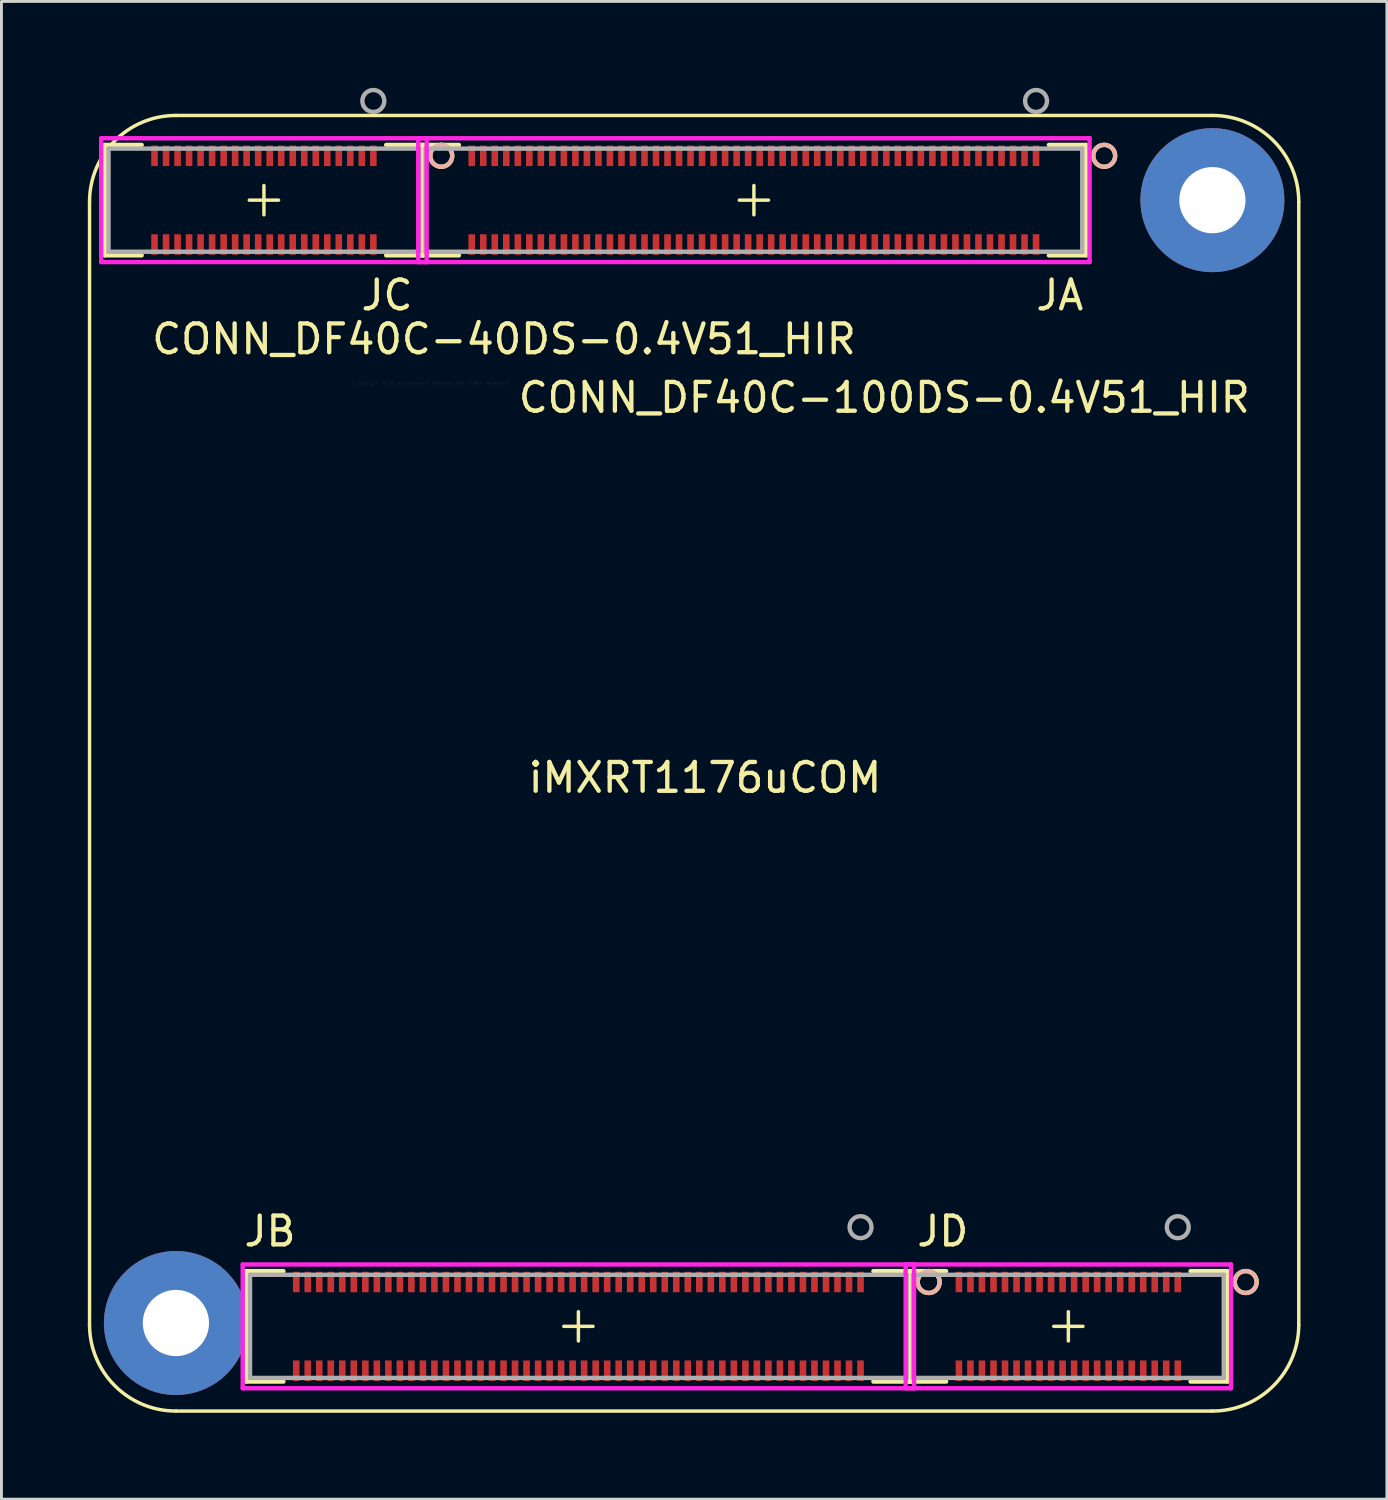
<source format=kicad_pcb>
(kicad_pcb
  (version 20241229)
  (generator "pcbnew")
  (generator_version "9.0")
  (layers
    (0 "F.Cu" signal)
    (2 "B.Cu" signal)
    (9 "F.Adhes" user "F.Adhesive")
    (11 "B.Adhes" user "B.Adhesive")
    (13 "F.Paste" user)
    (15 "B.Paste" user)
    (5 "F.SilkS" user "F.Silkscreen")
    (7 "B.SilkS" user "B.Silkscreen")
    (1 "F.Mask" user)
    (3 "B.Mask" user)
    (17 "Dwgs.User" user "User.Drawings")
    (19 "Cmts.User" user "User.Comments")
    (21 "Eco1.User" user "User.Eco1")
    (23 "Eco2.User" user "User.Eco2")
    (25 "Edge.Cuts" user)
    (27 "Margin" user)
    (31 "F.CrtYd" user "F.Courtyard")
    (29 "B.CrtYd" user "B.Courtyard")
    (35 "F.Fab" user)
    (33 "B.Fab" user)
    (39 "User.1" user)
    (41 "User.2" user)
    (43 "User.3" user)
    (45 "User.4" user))
  (footprint "iMXRT1176uCOM"
    (layer "F.Cu")
    (at 21.06 23.46)
    (property "Reference" "iMXRT1176uCOM" (at 0.376 0.5 0) (layer "F.SilkS") (effects (font (size 1 1) (thickness 0.15))))
    (attr through_hole)
    (fp_line (start -21 19.5) (end -21 -19.5) (stroke (width 0.12) (type solid)) (layer "F.SilkS"))
    (fp_line (start -20.468 -21.476) (end -19.189 -21.476) (stroke (width 0.152) (type solid)) (layer "F.SilkS"))
    (fp_line (start -20.468 -17.64) (end -20.468 -21.476) (stroke (width 0.152) (type solid)) (layer "F.SilkS"))
    (fp_line (start -19.189 -17.64) (end -20.468 -17.64) (stroke (width 0.152) (type solid)) (layer "F.SilkS"))
    (fp_line (start -18 -22.5) (end 18 -22.5) (stroke (width 0.12) (type solid)) (layer "F.SilkS"))
    (fp_line (start -18 22.5) (end 18 22.5) (stroke (width 0.12) (type solid)) (layer "F.SilkS"))
    (fp_line (start -15.553 17.64) (end -14.267 17.64) (stroke (width 0.152) (type solid)) (layer "F.SilkS"))
    (fp_line (start -15.553 21.476) (end -15.553 17.64) (stroke (width 0.152) (type solid)) (layer "F.SilkS"))
    (fp_line (start -14.943 -20.066) (end -14.943 -19.05) (stroke (width 0.12) (type solid)) (layer "F.SilkS"))
    (fp_line (start -14.435 -19.558) (end -15.451 -19.558) (stroke (width 0.12) (type solid)) (layer "F.SilkS"))
    (fp_line (start -14.267 21.476) (end -15.553 21.476) (stroke (width 0.152) (type solid)) (layer "F.SilkS"))
    (fp_line (start -10.697 -21.476) (end -9.418 -21.476) (stroke (width 0.152) (type solid)) (layer "F.SilkS"))
    (fp_line (start -9.457 -21.476) (end -8.171 -21.476) (stroke (width 0.152) (type solid)) (layer "F.SilkS"))
    (fp_line (start -9.457 -17.64) (end -9.457 -21.476) (stroke (width 0.152) (type solid)) (layer "F.SilkS"))
    (fp_line (start -9.418 -21.476) (end -9.418 -17.64) (stroke (width 0.152) (type solid)) (layer "F.SilkS"))
    (fp_line (start -9.418 -17.64) (end -10.697 -17.64) (stroke (width 0.152) (type solid)) (layer "F.SilkS"))
    (fp_line (start -8.171 -17.64) (end -9.457 -17.64) (stroke (width 0.152) (type solid)) (layer "F.SilkS"))
    (fp_line (start -4.021 19.05) (end -4.021 20.066) (stroke (width 0.12) (type solid)) (layer "F.SilkS"))
    (fp_line (start -3.513 19.558) (end -4.529 19.558) (stroke (width 0.12) (type solid)) (layer "F.SilkS"))
    (fp_line (start 2.075 -20.066) (end 2.075 -19.05) (stroke (width 0.12) (type solid)) (layer "F.SilkS"))
    (fp_line (start 2.583 -19.558) (end 1.567 -19.558) (stroke (width 0.12) (type solid)) (layer "F.SilkS"))
    (fp_line (start 6.225 17.64) (end 7.511 17.64) (stroke (width 0.152) (type solid)) (layer "F.SilkS"))
    (fp_line (start 7.473 17.64) (end 8.751 17.64) (stroke (width 0.152) (type solid)) (layer "F.SilkS"))
    (fp_line (start 7.473 21.476) (end 7.473 17.64) (stroke (width 0.152) (type solid)) (layer "F.SilkS"))
    (fp_line (start 7.511 17.64) (end 7.511 21.476) (stroke (width 0.152) (type solid)) (layer "F.SilkS"))
    (fp_line (start 7.511 21.476) (end 6.225 21.476) (stroke (width 0.152) (type solid)) (layer "F.SilkS"))
    (fp_line (start 8.751 21.476) (end 7.473 21.476) (stroke (width 0.152) (type solid)) (layer "F.SilkS"))
    (fp_line (start 12.321 -21.476) (end 13.607 -21.476) (stroke (width 0.152) (type solid)) (layer "F.SilkS"))
    (fp_line (start 12.997 19.05) (end 12.997 20.066) (stroke (width 0.12) (type solid)) (layer "F.SilkS"))
    (fp_line (start 13.505 19.558) (end 12.489 19.558) (stroke (width 0.12) (type solid)) (layer "F.SilkS"))
    (fp_line (start 13.607 -21.476) (end 13.607 -17.64) (stroke (width 0.152) (type solid)) (layer "F.SilkS"))
    (fp_line (start 13.607 -17.64) (end 12.321 -17.64) (stroke (width 0.152) (type solid)) (layer "F.SilkS"))
    (fp_line (start 17.243 17.64) (end 18.521 17.64) (stroke (width 0.152) (type solid)) (layer "F.SilkS"))
    (fp_line (start 18.521 17.64) (end 18.521 21.476) (stroke (width 0.152) (type solid)) (layer "F.SilkS"))
    (fp_line (start 18.521 21.476) (end 17.243 21.476) (stroke (width 0.152) (type solid)) (layer "F.SilkS"))
    (fp_line (start 21 19.5) (end 21 -19.5) (stroke (width 0.12) (type solid)) (layer "F.SilkS"))
    (fp_arc (start -21 -19.5) (mid -20.12132 -21.62132) (end -18 -22.5) (stroke (width 0.12) (type solid)) (layer "F.SilkS"))
    (fp_arc (start -18 22.5) (mid -20.12132 21.62132) (end -21 19.5) (stroke (width 0.12) (type solid)) (layer "F.SilkS"))
    (fp_arc (start 18 -22.5) (mid 20.12132 -21.62132) (end 21 -19.5) (stroke (width 0.12) (type solid)) (layer "F.SilkS"))
    (fp_arc (start 21 19.5) (mid 20.12132 21.62132) (end 18 22.5) (stroke (width 0.12) (type solid)) (layer "F.SilkS"))
    (fp_circle (center -8.784 -21.098) (end -9.165 -21.098) (stroke (width 0.152) (type solid)) (fill no) (layer "F.SilkS"))
    (fp_circle (center 8.146 18.018) (end 7.765 18.018) (stroke (width 0.152) (type solid)) (fill no) (layer "F.SilkS"))
    (fp_circle (center 14.242 -21.098) (end 13.861 -21.098) (stroke (width 0.152) (type solid)) (fill no) (layer "F.SilkS"))
    (fp_circle (center 19.157 18.018) (end 18.776 18.018) (stroke (width 0.152) (type solid)) (fill no) (layer "F.SilkS"))
    (fp_circle (center -8.784 -21.098) (end -9.165 -21.098) (stroke (width 0.152) (type solid)) (fill no) (layer "B.SilkS"))
    (fp_circle (center 8.146 18.018) (end 7.765 18.018) (stroke (width 0.152) (type solid)) (fill no) (layer "B.SilkS"))
    (fp_circle (center 14.242 -21.098) (end 13.861 -21.098) (stroke (width 0.152) (type solid)) (fill no) (layer "B.SilkS"))
    (fp_circle (center 19.157 18.018) (end 18.776 18.018) (stroke (width 0.152) (type solid)) (fill no) (layer "B.SilkS"))
    (fp_line (start -20.595 -21.708) (end -9.291 -21.708) (stroke (width 0.152) (type solid)) (layer "F.CrtYd"))
    (fp_line (start -20.595 -17.408) (end -20.595 -21.708) (stroke (width 0.152) (type solid)) (layer "F.CrtYd"))
    (fp_line (start -15.68 17.408) (end 7.638 17.408) (stroke (width 0.152) (type solid)) (layer "F.CrtYd"))
    (fp_line (start -15.68 21.708) (end -15.68 17.408) (stroke (width 0.152) (type solid)) (layer "F.CrtYd"))
    (fp_line (start -9.584 -21.708) (end 13.734 -21.708) (stroke (width 0.152) (type solid)) (layer "F.CrtYd"))
    (fp_line (start -9.584 -17.408) (end -9.584 -21.708) (stroke (width 0.152) (type solid)) (layer "F.CrtYd"))
    (fp_line (start -9.291 -21.708) (end -9.291 -17.408) (stroke (width 0.152) (type solid)) (layer "F.CrtYd"))
    (fp_line (start -9.291 -17.408) (end -20.595 -17.408) (stroke (width 0.152) (type solid)) (layer "F.CrtYd"))
    (fp_line (start 7.346 17.408) (end 18.648 17.408) (stroke (width 0.152) (type solid)) (layer "F.CrtYd"))
    (fp_line (start 7.346 21.708) (end 7.346 17.408) (stroke (width 0.152) (type solid)) (layer "F.CrtYd"))
    (fp_line (start 7.638 17.408) (end 7.638 21.708) (stroke (width 0.152) (type solid)) (layer "F.CrtYd"))
    (fp_line (start 7.638 21.708) (end -15.68 21.708) (stroke (width 0.152) (type solid)) (layer "F.CrtYd"))
    (fp_line (start 13.734 -21.708) (end 13.734 -17.408) (stroke (width 0.152) (type solid)) (layer "F.CrtYd"))
    (fp_line (start 13.734 -17.408) (end -9.584 -17.408) (stroke (width 0.152) (type solid)) (layer "F.CrtYd"))
    (fp_line (start 18.648 17.408) (end 18.648 21.708) (stroke (width 0.152) (type solid)) (layer "F.CrtYd"))
    (fp_line (start 18.648 21.708) (end 7.346 21.708) (stroke (width 0.152) (type solid)) (layer "F.CrtYd"))
    (fp_line (start -20.34 -21.349) (end -9.546 -21.349) (stroke (width 0.152) (type solid)) (layer "F.Fab"))
    (fp_line (start -20.34 -17.767) (end -20.34 -21.349) (stroke (width 0.152) (type solid)) (layer "F.Fab"))
    (fp_line (start -15.426 17.767) (end 7.384 17.767) (stroke (width 0.152) (type solid)) (layer "F.Fab"))
    (fp_line (start -15.426 21.349) (end -15.426 17.767) (stroke (width 0.152) (type solid)) (layer "F.Fab"))
    (fp_line (start -9.546 -21.349) (end -9.546 -17.767) (stroke (width 0.152) (type solid)) (layer "F.Fab"))
    (fp_line (start -9.546 -17.767) (end -20.34 -17.767) (stroke (width 0.152) (type solid)) (layer "F.Fab"))
    (fp_line (start -9.33 -21.349) (end 13.48 -21.349) (stroke (width 0.152) (type solid)) (layer "F.Fab"))
    (fp_line (start -9.33 -17.767) (end -9.33 -21.349) (stroke (width 0.152) (type solid)) (layer "F.Fab"))
    (fp_line (start 7.384 17.767) (end 7.384 21.349) (stroke (width 0.152) (type solid)) (layer "F.Fab"))
    (fp_line (start 7.384 21.349) (end -15.426 21.349) (stroke (width 0.152) (type solid)) (layer "F.Fab"))
    (fp_line (start 7.599 17.767) (end 18.395 17.767) (stroke (width 0.152) (type solid)) (layer "F.Fab"))
    (fp_line (start 7.599 21.349) (end 7.599 17.767) (stroke (width 0.152) (type solid)) (layer "F.Fab"))
    (fp_line (start 13.48 -21.349) (end 13.48 -17.767) (stroke (width 0.152) (type solid)) (layer "F.Fab"))
    (fp_line (start 13.48 -17.767) (end -9.33 -17.767) (stroke (width 0.152) (type solid)) (layer "F.Fab"))
    (fp_line (start 18.395 17.767) (end 18.395 21.349) (stroke (width 0.152) (type solid)) (layer "F.Fab"))
    (fp_line (start 18.395 21.349) (end 7.599 21.349) (stroke (width 0.152) (type solid)) (layer "F.Fab"))
    (fp_circle (center -11.143 -23.003) (end -11.524 -23.003) (stroke (width 0.152) (type solid)) (fill no) (layer "F.Fab"))
    (fp_circle (center 5.779 16.113) (end 5.398 16.113) (stroke (width 0.152) (type solid)) (fill no) (layer "F.Fab"))
    (fp_circle (center 11.875 -23.003) (end 11.494 -23.003) (stroke (width 0.152) (type solid)) (fill no) (layer "F.Fab"))
    (fp_circle (center 16.797 16.113) (end 16.416 16.113) (stroke (width 0.152) (type solid)) (fill no) (layer "F.Fab"))
    (fp_text user "CONN_DF40C-100DS-0.4V51_HIR" (at 6.604 -12.7 0) (layer "F.SilkS") (effects (font (size 1 1) (thickness 0.15))))
    (fp_text user "JA" (at 12.7 -16.256 0) (layer "F.SilkS") (effects (font (size 1 1) (thickness 0.15))))
    (fp_text user "JB" (at -14.732 16.256 0) (layer "F.SilkS") (effects (font (size 1 1) (thickness 0.15))))
    (fp_text user "CONN_DF40C-40DS-0.4V51_HIR" (at -6.604 -14.732 0) (layer "F.SilkS") (effects (font (size 1 1) (thickness 0.15))))
    (fp_text user "JD" (at 8.636 16.256 0) (layer "F.SilkS") (effects (font (size 1 1) (thickness 0.15))))
    (fp_text user "JC" (at -10.668 -16.256 0) (layer "F.SilkS") (effects (font (size 1 1) (thickness 0.15))))
    (fp_text user "Copyright 2016 Accelerated Designs. All rights reserved." (at -9.144 -13.208 0) (layer "Cmts.User") (effects (font (size 0.127 0.127) (thickness 0.002))))
    (pad "1" smd rect (at 11.875 -21.098) (size 0.229 0.711) (layers "F.Cu" "F.Mask" "F.Paste"))
    (pad "2" smd rect (at 11.875 -18.018) (size 0.229 0.711) (layers "F.Cu" "F.Mask" "F.Paste"))
    (pad "3" smd rect (at 11.475 -21.098) (size 0.229 0.711) (layers "F.Cu" "F.Mask" "F.Paste"))
    (pad "4" smd rect (at 11.475 -18.018) (size 0.229 0.711) (layers "F.Cu" "F.Mask" "F.Paste"))
    (pad "5" smd rect (at 11.075 -21.098) (size 0.229 0.711) (layers "F.Cu" "F.Mask" "F.Paste"))
    (pad "6" smd rect (at 11.075 -18.018) (size 0.229 0.711) (layers "F.Cu" "F.Mask" "F.Paste"))
    (pad "7" smd rect (at 10.675 -21.098) (size 0.229 0.711) (layers "F.Cu" "F.Mask" "F.Paste"))
    (pad "8" smd rect (at 10.675 -18.018) (size 0.229 0.711) (layers "F.Cu" "F.Mask" "F.Paste"))
    (pad "9" smd rect (at 10.275 -21.098) (size 0.229 0.711) (layers "F.Cu" "F.Mask" "F.Paste"))
    (pad "10" smd rect (at 10.275 -18.018) (size 0.229 0.711) (layers "F.Cu" "F.Mask" "F.Paste"))
    (pad "11" smd rect (at 9.875 -21.098) (size 0.229 0.711) (layers "F.Cu" "F.Mask" "F.Paste"))
    (pad "12" smd rect (at 9.875 -18.018) (size 0.229 0.711) (layers "F.Cu" "F.Mask" "F.Paste"))
    (pad "13" smd rect (at 9.475 -21.098) (size 0.229 0.711) (layers "F.Cu" "F.Mask" "F.Paste"))
    (pad "14" smd rect (at 9.475 -18.018) (size 0.229 0.711) (layers "F.Cu" "F.Mask" "F.Paste"))
    (pad "15" smd rect (at 9.075 -21.098) (size 0.229 0.711) (layers "F.Cu" "F.Mask" "F.Paste"))
    (pad "16" smd rect (at 9.075 -18.018) (size 0.229 0.711) (layers "F.Cu" "F.Mask" "F.Paste"))
    (pad "17" smd rect (at 8.675 -21.098) (size 0.229 0.711) (layers "F.Cu" "F.Mask" "F.Paste"))
    (pad "18" smd rect (at 8.675 -18.018) (size 0.229 0.711) (layers "F.Cu" "F.Mask" "F.Paste"))
    (pad "19" smd rect (at 8.275 -21.098) (size 0.229 0.711) (layers "F.Cu" "F.Mask" "F.Paste"))
    (pad "20" smd rect (at 8.275 -18.018) (size 0.229 0.711) (layers "F.Cu" "F.Mask" "F.Paste"))
    (pad "21" smd rect (at 7.875 -21.098) (size 0.229 0.711) (layers "F.Cu" "F.Mask" "F.Paste"))
    (pad "22" smd rect (at 7.875 -18.018) (size 0.229 0.711) (layers "F.Cu" "F.Mask" "F.Paste"))
    (pad "23" smd rect (at 7.475 -21.098) (size 0.229 0.711) (layers "F.Cu" "F.Mask" "F.Paste"))
    (pad "24" smd rect (at 7.475 -18.018) (size 0.229 0.711) (layers "F.Cu" "F.Mask" "F.Paste"))
    (pad "25" smd rect (at 7.075 -21.098) (size 0.229 0.711) (layers "F.Cu" "F.Mask" "F.Paste"))
    (pad "26" smd rect (at 7.075 -18.018) (size 0.229 0.711) (layers "F.Cu" "F.Mask" "F.Paste"))
    (pad "27" smd rect (at 6.675 -21.098) (size 0.229 0.711) (layers "F.Cu" "F.Mask" "F.Paste"))
    (pad "28" smd rect (at 6.675 -18.018) (size 0.229 0.711) (layers "F.Cu" "F.Mask" "F.Paste"))
    (pad "29" smd rect (at 6.275 -21.098) (size 0.229 0.711) (layers "F.Cu" "F.Mask" "F.Paste"))
    (pad "30" smd rect (at 6.275 -18.018) (size 0.229 0.711) (layers "F.Cu" "F.Mask" "F.Paste"))
    (pad "31" smd rect (at 5.875 -21.098) (size 0.229 0.711) (layers "F.Cu" "F.Mask" "F.Paste"))
    (pad "32" smd rect (at 5.875 -18.018) (size 0.229 0.711) (layers "F.Cu" "F.Mask" "F.Paste"))
    (pad "33" smd rect (at 5.475 -21.098) (size 0.229 0.711) (layers "F.Cu" "F.Mask" "F.Paste"))
    (pad "34" smd rect (at 5.475 -18.018) (size 0.229 0.711) (layers "F.Cu" "F.Mask" "F.Paste"))
    (pad "35" smd rect (at 5.075 -21.098) (size 0.229 0.711) (layers "F.Cu" "F.Mask" "F.Paste"))
    (pad "36" smd rect (at 5.075 -18.018) (size 0.229 0.711) (layers "F.Cu" "F.Mask" "F.Paste"))
    (pad "37" smd rect (at 4.675 -21.098) (size 0.229 0.711) (layers "F.Cu" "F.Mask" "F.Paste"))
    (pad "38" smd rect (at 4.675 -18.018) (size 0.229 0.711) (layers "F.Cu" "F.Mask" "F.Paste"))
    (pad "39" smd rect (at 4.275 -21.098) (size 0.229 0.711) (layers "F.Cu" "F.Mask" "F.Paste"))
    (pad "40" smd rect (at 4.275 -18.018) (size 0.229 0.711) (layers "F.Cu" "F.Mask" "F.Paste"))
    (pad "41" smd rect (at 3.875 -21.098) (size 0.229 0.711) (layers "F.Cu" "F.Mask" "F.Paste"))
    (pad "42" smd rect (at 3.875 -18.018) (size 0.229 0.711) (layers "F.Cu" "F.Mask" "F.Paste"))
    (pad "43" smd rect (at 3.475 -21.098) (size 0.229 0.711) (layers "F.Cu" "F.Mask" "F.Paste"))
    (pad "44" smd rect (at 3.475 -18.018) (size 0.229 0.711) (layers "F.Cu" "F.Mask" "F.Paste"))
    (pad "45" smd rect (at 3.075 -21.098) (size 0.229 0.711) (layers "F.Cu" "F.Mask" "F.Paste"))
    (pad "46" smd rect (at 3.075 -18.018) (size 0.229 0.711) (layers "F.Cu" "F.Mask" "F.Paste"))
    (pad "47" smd rect (at 2.675 -21.098) (size 0.229 0.711) (layers "F.Cu" "F.Mask" "F.Paste"))
    (pad "48" smd rect (at 2.675 -18.018) (size 0.229 0.711) (layers "F.Cu" "F.Mask" "F.Paste"))
    (pad "49" smd rect (at 2.275 -21.098) (size 0.229 0.711) (layers "F.Cu" "F.Mask" "F.Paste"))
    (pad "50" smd rect (at 2.275 -18.018) (size 0.229 0.711) (layers "F.Cu" "F.Mask" "F.Paste"))
    (pad "51" smd rect (at 1.875 -21.098) (size 0.229 0.711) (layers "F.Cu" "F.Mask" "F.Paste"))
    (pad "52" smd rect (at 1.875 -18.018) (size 0.229 0.711) (layers "F.Cu" "F.Mask" "F.Paste"))
    (pad "53" smd rect (at 1.475 -21.098) (size 0.229 0.711) (layers "F.Cu" "F.Mask" "F.Paste"))
    (pad "54" smd rect (at 1.475 -18.018) (size 0.229 0.711) (layers "F.Cu" "F.Mask" "F.Paste"))
    (pad "55" smd rect (at 1.075 -21.098) (size 0.229 0.711) (layers "F.Cu" "F.Mask" "F.Paste"))
    (pad "56" smd rect (at 1.075 -18.018) (size 0.229 0.711) (layers "F.Cu" "F.Mask" "F.Paste"))
    (pad "57" smd rect (at 0.675 -21.098) (size 0.229 0.711) (layers "F.Cu" "F.Mask" "F.Paste"))
    (pad "58" smd rect (at 0.675 -18.018) (size 0.229 0.711) (layers "F.Cu" "F.Mask" "F.Paste"))
    (pad "59" smd rect (at 0.275 -21.098) (size 0.229 0.711) (layers "F.Cu" "F.Mask" "F.Paste"))
    (pad "60" smd rect (at 0.275 -18.018) (size 0.229 0.711) (layers "F.Cu" "F.Mask" "F.Paste"))
    (pad "61" smd rect (at -0.125 -21.098) (size 0.229 0.711) (layers "F.Cu" "F.Mask" "F.Paste"))
    (pad "62" smd rect (at -0.125 -18.018) (size 0.229 0.711) (layers "F.Cu" "F.Mask" "F.Paste"))
    (pad "63" smd rect (at -0.525 -21.098) (size 0.229 0.711) (layers "F.Cu" "F.Mask" "F.Paste"))
    (pad "64" smd rect (at -0.525 -18.018) (size 0.229 0.711) (layers "F.Cu" "F.Mask" "F.Paste"))
    (pad "65" smd rect (at -0.925 -21.098) (size 0.229 0.711) (layers "F.Cu" "F.Mask" "F.Paste"))
    (pad "66" smd rect (at -0.925 -18.018) (size 0.229 0.711) (layers "F.Cu" "F.Mask" "F.Paste"))
    (pad "67" smd rect (at -1.325 -21.098) (size 0.229 0.711) (layers "F.Cu" "F.Mask" "F.Paste"))
    (pad "68" smd rect (at -1.325 -18.018) (size 0.229 0.711) (layers "F.Cu" "F.Mask" "F.Paste"))
    (pad "69" smd rect (at -1.725 -21.098) (size 0.229 0.711) (layers "F.Cu" "F.Mask" "F.Paste"))
    (pad "70" smd rect (at -1.725 -18.018) (size 0.229 0.711) (layers "F.Cu" "F.Mask" "F.Paste"))
    (pad "71" smd rect (at -2.125 -21.098) (size 0.229 0.711) (layers "F.Cu" "F.Mask" "F.Paste"))
    (pad "72" smd rect (at -2.125 -18.018) (size 0.229 0.711) (layers "F.Cu" "F.Mask" "F.Paste"))
    (pad "73" smd rect (at -2.525 -21.098) (size 0.229 0.711) (layers "F.Cu" "F.Mask" "F.Paste"))
    (pad "74" smd rect (at -2.525 -18.018) (size 0.229 0.711) (layers "F.Cu" "F.Mask" "F.Paste"))
    (pad "75" smd rect (at -2.925 -21.098) (size 0.229 0.711) (layers "F.Cu" "F.Mask" "F.Paste"))
    (pad "76" smd rect (at -2.925 -18.018) (size 0.229 0.711) (layers "F.Cu" "F.Mask" "F.Paste"))
    (pad "77" smd rect (at -3.325 -21.098) (size 0.229 0.711) (layers "F.Cu" "F.Mask" "F.Paste"))
    (pad "78" smd rect (at -3.325 -18.018) (size 0.229 0.711) (layers "F.Cu" "F.Mask" "F.Paste"))
    (pad "79" smd rect (at -3.725 -21.098) (size 0.229 0.711) (layers "F.Cu" "F.Mask" "F.Paste"))
    (pad "80" smd rect (at -3.725 -18.018) (size 0.229 0.711) (layers "F.Cu" "F.Mask" "F.Paste"))
    (pad "81" smd rect (at -4.125 -21.098) (size 0.229 0.711) (layers "F.Cu" "F.Mask" "F.Paste"))
    (pad "82" smd rect (at -4.125 -18.018) (size 0.229 0.711) (layers "F.Cu" "F.Mask" "F.Paste"))
    (pad "83" smd rect (at -4.525 -21.098) (size 0.229 0.711) (layers "F.Cu" "F.Mask" "F.Paste"))
    (pad "84" smd rect (at -4.525 -18.018) (size 0.229 0.711) (layers "F.Cu" "F.Mask" "F.Paste"))
    (pad "85" smd rect (at -4.925 -21.098) (size 0.229 0.711) (layers "F.Cu" "F.Mask" "F.Paste"))
    (pad "86" smd rect (at -4.925 -18.018) (size 0.229 0.711) (layers "F.Cu" "F.Mask" "F.Paste"))
    (pad "87" smd rect (at -5.325 -21.098) (size 0.229 0.711) (layers "F.Cu" "F.Mask" "F.Paste"))
    (pad "88" smd rect (at -5.325 -18.018) (size 0.229 0.711) (layers "F.Cu" "F.Mask" "F.Paste"))
    (pad "89" smd rect (at -5.725 -21.098) (size 0.229 0.711) (layers "F.Cu" "F.Mask" "F.Paste"))
    (pad "90" smd rect (at -5.725 -18.018) (size 0.229 0.711) (layers "F.Cu" "F.Mask" "F.Paste"))
    (pad "91" smd rect (at -6.125 -21.098) (size 0.229 0.711) (layers "F.Cu" "F.Mask" "F.Paste"))
    (pad "92" smd rect (at -6.125 -18.018) (size 0.229 0.711) (layers "F.Cu" "F.Mask" "F.Paste"))
    (pad "93" smd rect (at -6.525 -21.098) (size 0.229 0.711) (layers "F.Cu" "F.Mask" "F.Paste"))
    (pad "94" smd rect (at -6.525 -18.018) (size 0.229 0.711) (layers "F.Cu" "F.Mask" "F.Paste"))
    (pad "95" smd rect (at -6.925 -21.098) (size 0.229 0.711) (layers "F.Cu" "F.Mask" "F.Paste"))
    (pad "96" smd rect (at -6.925 -18.018) (size 0.229 0.711) (layers "F.Cu" "F.Mask" "F.Paste"))
    (pad "97" smd rect (at -7.325 -21.098) (size 0.229 0.711) (layers "F.Cu" "F.Mask" "F.Paste"))
    (pad "98" smd rect (at -7.325 -18.018) (size 0.229 0.711) (layers "F.Cu" "F.Mask" "F.Paste"))
    (pad "99" smd rect (at -7.725 -21.098) (size 0.229 0.711) (layers "F.Cu" "F.Mask" "F.Paste"))
    (pad "100" smd rect (at -7.725 -18.018) (size 0.229 0.711) (layers "F.Cu" "F.Mask" "F.Paste"))
    (pad "101" smd rect (at 5.779 18.018) (size 0.229 0.711) (layers "F.Cu" "F.Mask" "F.Paste"))
    (pad "101" thru_hole circle (at 18 -19.558) (size 5 5) (drill 2.3) (layers "*.Cu" "*.Mask"))
    (pad "102" thru_hole circle (at -18 19.442) (size 5 5) (drill 2.3) (layers "*.Cu" "*.Mask"))
    (pad "102" smd rect (at 5.779 21.098) (size 0.229 0.711) (layers "F.Cu" "F.Mask" "F.Paste"))
    (pad "103" smd rect (at 5.379 18.018) (size 0.229 0.711) (layers "F.Cu" "F.Mask" "F.Paste"))
    (pad "104" smd rect (at 5.379 21.098) (size 0.229 0.711) (layers "F.Cu" "F.Mask" "F.Paste"))
    (pad "105" smd rect (at 4.979 18.018) (size 0.229 0.711) (layers "F.Cu" "F.Mask" "F.Paste"))
    (pad "106" smd rect (at 4.979 21.098) (size 0.229 0.711) (layers "F.Cu" "F.Mask" "F.Paste"))
    (pad "107" smd rect (at 4.579 18.018) (size 0.229 0.711) (layers "F.Cu" "F.Mask" "F.Paste"))
    (pad "108" smd rect (at 4.579 21.098) (size 0.229 0.711) (layers "F.Cu" "F.Mask" "F.Paste"))
    (pad "109" smd rect (at 4.179 18.018) (size 0.229 0.711) (layers "F.Cu" "F.Mask" "F.Paste"))
    (pad "110" smd rect (at 4.179 21.098) (size 0.229 0.711) (layers "F.Cu" "F.Mask" "F.Paste"))
    (pad "111" smd rect (at 3.779 18.018) (size 0.229 0.711) (layers "F.Cu" "F.Mask" "F.Paste"))
    (pad "112" smd rect (at 3.779 21.098) (size 0.229 0.711) (layers "F.Cu" "F.Mask" "F.Paste"))
    (pad "113" smd rect (at 3.379 18.018) (size 0.229 0.711) (layers "F.Cu" "F.Mask" "F.Paste"))
    (pad "114" smd rect (at 3.379 21.098) (size 0.229 0.711) (layers "F.Cu" "F.Mask" "F.Paste"))
    (pad "115" smd rect (at 2.979 18.018) (size 0.229 0.711) (layers "F.Cu" "F.Mask" "F.Paste"))
    (pad "116" smd rect (at 2.979 21.098) (size 0.229 0.711) (layers "F.Cu" "F.Mask" "F.Paste"))
    (pad "117" smd rect (at 2.579 18.018) (size 0.229 0.711) (layers "F.Cu" "F.Mask" "F.Paste"))
    (pad "118" smd rect (at 2.579 21.098) (size 0.229 0.711) (layers "F.Cu" "F.Mask" "F.Paste"))
    (pad "119" smd rect (at 2.179 18.018) (size 0.229 0.711) (layers "F.Cu" "F.Mask" "F.Paste"))
    (pad "120" smd rect (at 2.179 21.098) (size 0.229 0.711) (layers "F.Cu" "F.Mask" "F.Paste"))
    (pad "121" smd rect (at 1.779 18.018) (size 0.229 0.711) (layers "F.Cu" "F.Mask" "F.Paste"))
    (pad "122" smd rect (at 1.779 21.098) (size 0.229 0.711) (layers "F.Cu" "F.Mask" "F.Paste"))
    (pad "123" smd rect (at 1.379 18.018) (size 0.229 0.711) (layers "F.Cu" "F.Mask" "F.Paste"))
    (pad "124" smd rect (at 1.379 21.098) (size 0.229 0.711) (layers "F.Cu" "F.Mask" "F.Paste"))
    (pad "125" smd rect (at 0.979 18.018) (size 0.229 0.711) (layers "F.Cu" "F.Mask" "F.Paste"))
    (pad "126" smd rect (at 0.979 21.098) (size 0.229 0.711) (layers "F.Cu" "F.Mask" "F.Paste"))
    (pad "127" smd rect (at 0.579 18.018) (size 0.229 0.711) (layers "F.Cu" "F.Mask" "F.Paste"))
    (pad "128" smd rect (at 0.579 21.098) (size 0.229 0.711) (layers "F.Cu" "F.Mask" "F.Paste"))
    (pad "129" smd rect (at 0.179 18.018) (size 0.229 0.711) (layers "F.Cu" "F.Mask" "F.Paste"))
    (pad "130" smd rect (at 0.179 21.098) (size 0.229 0.711) (layers "F.Cu" "F.Mask" "F.Paste"))
    (pad "131" smd rect (at -0.221 18.018) (size 0.229 0.711) (layers "F.Cu" "F.Mask" "F.Paste"))
    (pad "132" smd rect (at -0.221 21.098) (size 0.229 0.711) (layers "F.Cu" "F.Mask" "F.Paste"))
    (pad "133" smd rect (at -0.621 18.018) (size 0.229 0.711) (layers "F.Cu" "F.Mask" "F.Paste"))
    (pad "134" smd rect (at -0.621 21.098) (size 0.229 0.711) (layers "F.Cu" "F.Mask" "F.Paste"))
    (pad "135" smd rect (at -1.021 18.018) (size 0.229 0.711) (layers "F.Cu" "F.Mask" "F.Paste"))
    (pad "136" smd rect (at -1.021 21.098) (size 0.229 0.711) (layers "F.Cu" "F.Mask" "F.Paste"))
    (pad "137" smd rect (at -1.421 18.018) (size 0.229 0.711) (layers "F.Cu" "F.Mask" "F.Paste"))
    (pad "138" smd rect (at -1.421 21.098) (size 0.229 0.711) (layers "F.Cu" "F.Mask" "F.Paste"))
    (pad "139" smd rect (at -1.821 18.018) (size 0.229 0.711) (layers "F.Cu" "F.Mask" "F.Paste"))
    (pad "140" smd rect (at -1.821 21.098) (size 0.229 0.711) (layers "F.Cu" "F.Mask" "F.Paste"))
    (pad "141" smd rect (at -2.221 18.018) (size 0.229 0.711) (layers "F.Cu" "F.Mask" "F.Paste"))
    (pad "142" smd rect (at -2.221 21.098) (size 0.229 0.711) (layers "F.Cu" "F.Mask" "F.Paste"))
    (pad "143" smd rect (at -2.621 18.018) (size 0.229 0.711) (layers "F.Cu" "F.Mask" "F.Paste"))
    (pad "144" smd rect (at -2.621 21.098) (size 0.229 0.711) (layers "F.Cu" "F.Mask" "F.Paste"))
    (pad "145" smd rect (at -3.021 18.018) (size 0.229 0.711) (layers "F.Cu" "F.Mask" "F.Paste"))
    (pad "146" smd rect (at -3.021 21.098) (size 0.229 0.711) (layers "F.Cu" "F.Mask" "F.Paste"))
    (pad "147" smd rect (at -3.421 18.018) (size 0.229 0.711) (layers "F.Cu" "F.Mask" "F.Paste"))
    (pad "148" smd rect (at -3.421 21.098) (size 0.229 0.711) (layers "F.Cu" "F.Mask" "F.Paste"))
    (pad "149" smd rect (at -3.821 18.018) (size 0.229 0.711) (layers "F.Cu" "F.Mask" "F.Paste"))
    (pad "150" smd rect (at -3.821 21.098) (size 0.229 0.711) (layers "F.Cu" "F.Mask" "F.Paste"))
    (pad "151" smd rect (at -4.221 18.018) (size 0.229 0.711) (layers "F.Cu" "F.Mask" "F.Paste"))
    (pad "152" smd rect (at -4.221 21.098) (size 0.229 0.711) (layers "F.Cu" "F.Mask" "F.Paste"))
    (pad "153" smd rect (at -4.621 18.018) (size 0.229 0.711) (layers "F.Cu" "F.Mask" "F.Paste"))
    (pad "154" smd rect (at -4.621 21.098) (size 0.229 0.711) (layers "F.Cu" "F.Mask" "F.Paste"))
    (pad "155" smd rect (at -5.021 18.018) (size 0.229 0.711) (layers "F.Cu" "F.Mask" "F.Paste"))
    (pad "156" smd rect (at -5.021 21.098) (size 0.229 0.711) (layers "F.Cu" "F.Mask" "F.Paste"))
    (pad "157" smd rect (at -5.421 18.018) (size 0.229 0.711) (layers "F.Cu" "F.Mask" "F.Paste"))
    (pad "158" smd rect (at -5.421 21.098) (size 0.229 0.711) (layers "F.Cu" "F.Mask" "F.Paste"))
    (pad "159" smd rect (at -5.821 18.018) (size 0.229 0.711) (layers "F.Cu" "F.Mask" "F.Paste"))
    (pad "160" smd rect (at -5.821 21.098) (size 0.229 0.711) (layers "F.Cu" "F.Mask" "F.Paste"))
    (pad "161" smd rect (at -6.221 18.018) (size 0.229 0.711) (layers "F.Cu" "F.Mask" "F.Paste"))
    (pad "162" smd rect (at -6.221 21.098) (size 0.229 0.711) (layers "F.Cu" "F.Mask" "F.Paste"))
    (pad "163" smd rect (at -6.621 18.018) (size 0.229 0.711) (layers "F.Cu" "F.Mask" "F.Paste"))
    (pad "164" smd rect (at -6.621 21.098) (size 0.229 0.711) (layers "F.Cu" "F.Mask" "F.Paste"))
    (pad "165" smd rect (at -7.021 18.018) (size 0.229 0.711) (layers "F.Cu" "F.Mask" "F.Paste"))
    (pad "166" smd rect (at -7.021 21.098) (size 0.229 0.711) (layers "F.Cu" "F.Mask" "F.Paste"))
    (pad "167" smd rect (at -7.421 18.018) (size 0.229 0.711) (layers "F.Cu" "F.Mask" "F.Paste"))
    (pad "168" smd rect (at -7.421 21.098) (size 0.229 0.711) (layers "F.Cu" "F.Mask" "F.Paste"))
    (pad "169" smd rect (at -7.821 18.018) (size 0.229 0.711) (layers "F.Cu" "F.Mask" "F.Paste"))
    (pad "170" smd rect (at -7.821 21.098) (size 0.229 0.711) (layers "F.Cu" "F.Mask" "F.Paste"))
    (pad "171" smd rect (at -8.221 18.018) (size 0.229 0.711) (layers "F.Cu" "F.Mask" "F.Paste"))
    (pad "172" smd rect (at -8.221 21.098) (size 0.229 0.711) (layers "F.Cu" "F.Mask" "F.Paste"))
    (pad "173" smd rect (at -8.621 18.018) (size 0.229 0.711) (layers "F.Cu" "F.Mask" "F.Paste"))
    (pad "174" smd rect (at -8.621 21.098) (size 0.229 0.711) (layers "F.Cu" "F.Mask" "F.Paste"))
    (pad "175" smd rect (at -9.021 18.018) (size 0.229 0.711) (layers "F.Cu" "F.Mask" "F.Paste"))
    (pad "176" smd rect (at -9.021 21.098) (size 0.229 0.711) (layers "F.Cu" "F.Mask" "F.Paste"))
    (pad "177" smd rect (at -9.421 18.018) (size 0.229 0.711) (layers "F.Cu" "F.Mask" "F.Paste"))
    (pad "178" smd rect (at -9.421 21.098) (size 0.229 0.711) (layers "F.Cu" "F.Mask" "F.Paste"))
    (pad "179" smd rect (at -9.821 18.018) (size 0.229 0.711) (layers "F.Cu" "F.Mask" "F.Paste"))
    (pad "180" smd rect (at -9.821 21.098) (size 0.229 0.711) (layers "F.Cu" "F.Mask" "F.Paste"))
    (pad "181" smd rect (at -10.221 18.018) (size 0.229 0.711) (layers "F.Cu" "F.Mask" "F.Paste"))
    (pad "182" smd rect (at -10.221 21.098) (size 0.229 0.711) (layers "F.Cu" "F.Mask" "F.Paste"))
    (pad "183" smd rect (at -10.621 18.018) (size 0.229 0.711) (layers "F.Cu" "F.Mask" "F.Paste"))
    (pad "184" smd rect (at -10.621 21.098) (size 0.229 0.711) (layers "F.Cu" "F.Mask" "F.Paste"))
    (pad "185" smd rect (at -11.021 18.018) (size 0.229 0.711) (layers "F.Cu" "F.Mask" "F.Paste"))
    (pad "186" smd rect (at -11.021 21.098) (size 0.229 0.711) (layers "F.Cu" "F.Mask" "F.Paste"))
    (pad "187" smd rect (at -11.421 18.018) (size 0.229 0.711) (layers "F.Cu" "F.Mask" "F.Paste"))
    (pad "188" smd rect (at -11.421 21.098) (size 0.229 0.711) (layers "F.Cu" "F.Mask" "F.Paste"))
    (pad "189" smd rect (at -11.821 18.018) (size 0.229 0.711) (layers "F.Cu" "F.Mask" "F.Paste"))
    (pad "190" smd rect (at -11.821 21.098) (size 0.229 0.711) (layers "F.Cu" "F.Mask" "F.Paste"))
    (pad "191" smd rect (at -12.221 18.018) (size 0.229 0.711) (layers "F.Cu" "F.Mask" "F.Paste"))
    (pad "192" smd rect (at -12.221 21.098) (size 0.229 0.711) (layers "F.Cu" "F.Mask" "F.Paste"))
    (pad "193" smd rect (at -12.621 18.018) (size 0.229 0.711) (layers "F.Cu" "F.Mask" "F.Paste"))
    (pad "194" smd rect (at -12.621 21.098) (size 0.229 0.711) (layers "F.Cu" "F.Mask" "F.Paste"))
    (pad "195" smd rect (at -13.021 18.018) (size 0.229 0.711) (layers "F.Cu" "F.Mask" "F.Paste"))
    (pad "196" smd rect (at -13.021 21.098) (size 0.229 0.711) (layers "F.Cu" "F.Mask" "F.Paste"))
    (pad "197" smd rect (at -13.421 18.018) (size 0.229 0.711) (layers "F.Cu" "F.Mask" "F.Paste"))
    (pad "198" smd rect (at -13.421 21.098) (size 0.229 0.711) (layers "F.Cu" "F.Mask" "F.Paste"))
    (pad "199" smd rect (at -13.821 18.018) (size 0.229 0.711) (layers "F.Cu" "F.Mask" "F.Paste"))
    (pad "200" smd rect (at -13.821 21.098) (size 0.229 0.711) (layers "F.Cu" "F.Mask" "F.Paste"))
    (pad "201" smd rect (at -11.143 -21.098) (size 0.229 0.711) (layers "F.Cu" "F.Mask" "F.Paste"))
    (pad "202" smd rect (at -11.143 -18.018) (size 0.229 0.711) (layers "F.Cu" "F.Mask" "F.Paste"))
    (pad "203" smd rect (at -11.543 -21.098) (size 0.229 0.711) (layers "F.Cu" "F.Mask" "F.Paste"))
    (pad "204" smd rect (at -11.543 -18.018) (size 0.229 0.711) (layers "F.Cu" "F.Mask" "F.Paste"))
    (pad "205" smd rect (at -11.943 -21.098) (size 0.229 0.711) (layers "F.Cu" "F.Mask" "F.Paste"))
    (pad "206" smd rect (at -11.943 -18.018) (size 0.229 0.711) (layers "F.Cu" "F.Mask" "F.Paste"))
    (pad "207" smd rect (at -12.343 -21.098) (size 0.229 0.711) (layers "F.Cu" "F.Mask" "F.Paste"))
    (pad "208" smd rect (at -12.343 -18.018) (size 0.229 0.711) (layers "F.Cu" "F.Mask" "F.Paste"))
    (pad "209" smd rect (at -12.743 -21.098) (size 0.229 0.711) (layers "F.Cu" "F.Mask" "F.Paste"))
    (pad "210" smd rect (at -12.743 -18.018) (size 0.229 0.711) (layers "F.Cu" "F.Mask" "F.Paste"))
    (pad "211" smd rect (at -13.143 -21.098) (size 0.229 0.711) (layers "F.Cu" "F.Mask" "F.Paste"))
    (pad "212" smd rect (at -13.143 -18.018) (size 0.229 0.711) (layers "F.Cu" "F.Mask" "F.Paste"))
    (pad "213" smd rect (at -13.543 -21.098) (size 0.229 0.711) (layers "F.Cu" "F.Mask" "F.Paste"))
    (pad "214" smd rect (at -13.543 -18.018) (size 0.229 0.711) (layers "F.Cu" "F.Mask" "F.Paste"))
    (pad "215" smd rect (at -13.943 -21.098) (size 0.229 0.711) (layers "F.Cu" "F.Mask" "F.Paste"))
    (pad "216" smd rect (at -13.943 -18.018) (size 0.229 0.711) (layers "F.Cu" "F.Mask" "F.Paste"))
    (pad "217" smd rect (at -14.343 -21.098) (size 0.229 0.711) (layers "F.Cu" "F.Mask" "F.Paste"))
    (pad "218" smd rect (at -14.343 -18.018) (size 0.229 0.711) (layers "F.Cu" "F.Mask" "F.Paste"))
    (pad "219" smd rect (at -14.743 -21.098) (size 0.229 0.711) (layers "F.Cu" "F.Mask" "F.Paste"))
    (pad "220" smd rect (at -14.743 -18.018) (size 0.229 0.711) (layers "F.Cu" "F.Mask" "F.Paste"))
    (pad "221" smd rect (at -15.143 -21.098) (size 0.229 0.711) (layers "F.Cu" "F.Mask" "F.Paste"))
    (pad "222" smd rect (at -15.143 -18.018) (size 0.229 0.711) (layers "F.Cu" "F.Mask" "F.Paste"))
    (pad "223" smd rect (at -15.543 -21.098) (size 0.229 0.711) (layers "F.Cu" "F.Mask" "F.Paste"))
    (pad "224" smd rect (at -15.543 -18.018) (size 0.229 0.711) (layers "F.Cu" "F.Mask" "F.Paste"))
    (pad "225" smd rect (at -15.943 -21.098) (size 0.229 0.711) (layers "F.Cu" "F.Mask" "F.Paste"))
    (pad "226" smd rect (at -15.943 -18.018) (size 0.229 0.711) (layers "F.Cu" "F.Mask" "F.Paste"))
    (pad "227" smd rect (at -16.343 -21.098) (size 0.229 0.711) (layers "F.Cu" "F.Mask" "F.Paste"))
    (pad "228" smd rect (at -16.343 -18.018) (size 0.229 0.711) (layers "F.Cu" "F.Mask" "F.Paste"))
    (pad "229" smd rect (at -16.743 -21.098) (size 0.229 0.711) (layers "F.Cu" "F.Mask" "F.Paste"))
    (pad "230" smd rect (at -16.743 -18.018) (size 0.229 0.711) (layers "F.Cu" "F.Mask" "F.Paste"))
    (pad "231" smd rect (at -17.143 -21.098) (size 0.229 0.711) (layers "F.Cu" "F.Mask" "F.Paste"))
    (pad "232" smd rect (at -17.143 -18.018) (size 0.229 0.711) (layers "F.Cu" "F.Mask" "F.Paste"))
    (pad "233" smd rect (at -17.543 -21.098) (size 0.229 0.711) (layers "F.Cu" "F.Mask" "F.Paste"))
    (pad "234" smd rect (at -17.543 -18.018) (size 0.229 0.711) (layers "F.Cu" "F.Mask" "F.Paste"))
    (pad "235" smd rect (at -17.943 -21.098) (size 0.229 0.711) (layers "F.Cu" "F.Mask" "F.Paste"))
    (pad "236" smd rect (at -17.943 -18.018) (size 0.229 0.711) (layers "F.Cu" "F.Mask" "F.Paste"))
    (pad "237" smd rect (at -18.343 -21.098) (size 0.229 0.711) (layers "F.Cu" "F.Mask" "F.Paste"))
    (pad "238" smd rect (at -18.343 -18.018) (size 0.229 0.711) (layers "F.Cu" "F.Mask" "F.Paste"))
    (pad "239" smd rect (at -18.743 -21.098) (size 0.229 0.711) (layers "F.Cu" "F.Mask" "F.Paste"))
    (pad "240" smd rect (at -18.743 -18.018) (size 0.229 0.711) (layers "F.Cu" "F.Mask" "F.Paste"))
    (pad "241" smd rect (at 16.797 18.018) (size 0.229 0.711) (layers "F.Cu" "F.Mask" "F.Paste"))
    (pad "242" smd rect (at 16.797 21.098) (size 0.229 0.711) (layers "F.Cu" "F.Mask" "F.Paste"))
    (pad "243" smd rect (at 16.397 18.018) (size 0.229 0.711) (layers "F.Cu" "F.Mask" "F.Paste"))
    (pad "244" smd rect (at 16.397 21.098) (size 0.229 0.711) (layers "F.Cu" "F.Mask" "F.Paste"))
    (pad "245" smd rect (at 15.997 18.018) (size 0.229 0.711) (layers "F.Cu" "F.Mask" "F.Paste"))
    (pad "246" smd rect (at 15.997 21.098) (size 0.229 0.711) (layers "F.Cu" "F.Mask" "F.Paste"))
    (pad "247" smd rect (at 15.597 18.018) (size 0.229 0.711) (layers "F.Cu" "F.Mask" "F.Paste"))
    (pad "248" smd rect (at 15.597 21.098) (size 0.229 0.711) (layers "F.Cu" "F.Mask" "F.Paste"))
    (pad "249" smd rect (at 15.197 18.018) (size 0.229 0.711) (layers "F.Cu" "F.Mask" "F.Paste"))
    (pad "250" smd rect (at 15.197 21.098) (size 0.229 0.711) (layers "F.Cu" "F.Mask" "F.Paste"))
    (pad "251" smd rect (at 14.797 18.018) (size 0.229 0.711) (layers "F.Cu" "F.Mask" "F.Paste"))
    (pad "252" smd rect (at 14.797 21.098) (size 0.229 0.711) (layers "F.Cu" "F.Mask" "F.Paste"))
    (pad "253" smd rect (at 14.397 18.018) (size 0.229 0.711) (layers "F.Cu" "F.Mask" "F.Paste"))
    (pad "254" smd rect (at 14.397 21.098) (size 0.229 0.711) (layers "F.Cu" "F.Mask" "F.Paste"))
    (pad "255" smd rect (at 13.997 18.018) (size 0.229 0.711) (layers "F.Cu" "F.Mask" "F.Paste"))
    (pad "256" smd rect (at 13.997 21.098) (size 0.229 0.711) (layers "F.Cu" "F.Mask" "F.Paste"))
    (pad "257" smd rect (at 13.597 18.018) (size 0.229 0.711) (layers "F.Cu" "F.Mask" "F.Paste"))
    (pad "258" smd rect (at 13.597 21.098) (size 0.229 0.711) (layers "F.Cu" "F.Mask" "F.Paste"))
    (pad "259" smd rect (at 13.197 18.018) (size 0.229 0.711) (layers "F.Cu" "F.Mask" "F.Paste"))
    (pad "260" smd rect (at 13.197 21.098) (size 0.229 0.711) (layers "F.Cu" "F.Mask" "F.Paste"))
    (pad "261" smd rect (at 12.797 18.018) (size 0.229 0.711) (layers "F.Cu" "F.Mask" "F.Paste"))
    (pad "262" smd rect (at 12.797 21.098) (size 0.229 0.711) (layers "F.Cu" "F.Mask" "F.Paste"))
    (pad "263" smd rect (at 12.397 18.018) (size 0.229 0.711) (layers "F.Cu" "F.Mask" "F.Paste"))
    (pad "264" smd rect (at 12.397 21.098) (size 0.229 0.711) (layers "F.Cu" "F.Mask" "F.Paste"))
    (pad "265" smd rect (at 11.997 18.018) (size 0.229 0.711) (layers "F.Cu" "F.Mask" "F.Paste"))
    (pad "266" smd rect (at 11.997 21.098) (size 0.229 0.711) (layers "F.Cu" "F.Mask" "F.Paste"))
    (pad "267" smd rect (at 11.597 18.018) (size 0.229 0.711) (layers "F.Cu" "F.Mask" "F.Paste"))
    (pad "268" smd rect (at 11.597 21.098) (size 0.229 0.711) (layers "F.Cu" "F.Mask" "F.Paste"))
    (pad "269" smd rect (at 11.197 18.018) (size 0.229 0.711) (layers "F.Cu" "F.Mask" "F.Paste"))
    (pad "270" smd rect (at 11.197 21.098) (size 0.229 0.711) (layers "F.Cu" "F.Mask" "F.Paste"))
    (pad "271" smd rect (at 10.797 18.018) (size 0.229 0.711) (layers "F.Cu" "F.Mask" "F.Paste"))
    (pad "272" smd rect (at 10.797 21.098) (size 0.229 0.711) (layers "F.Cu" "F.Mask" "F.Paste"))
    (pad "273" smd rect (at 10.397 18.018) (size 0.229 0.711) (layers "F.Cu" "F.Mask" "F.Paste"))
    (pad "274" smd rect (at 10.397 21.098) (size 0.229 0.711) (layers "F.Cu" "F.Mask" "F.Paste"))
    (pad "275" smd rect (at 9.997 18.018) (size 0.229 0.711) (layers "F.Cu" "F.Mask" "F.Paste"))
    (pad "276" smd rect (at 9.997 21.098) (size 0.229 0.711) (layers "F.Cu" "F.Mask" "F.Paste"))
    (pad "277" smd rect (at 9.597 18.018) (size 0.229 0.711) (layers "F.Cu" "F.Mask" "F.Paste"))
    (pad "278" smd rect (at 9.597 21.098) (size 0.229 0.711) (layers "F.Cu" "F.Mask" "F.Paste"))
    (pad "279" smd rect (at 9.197 18.018) (size 0.229 0.711) (layers "F.Cu" "F.Mask" "F.Paste"))
    (pad "280" smd rect (at 9.197 21.098) (size 0.229 0.711) (layers "F.Cu" "F.Mask" "F.Paste")))
  (gr_rect
    (start -3 -3)
    (end 45.12 49.02)
    (stroke (width 0.1) (type default))
    (fill no)
    (layer "Edge.Cuts")))
</source>
